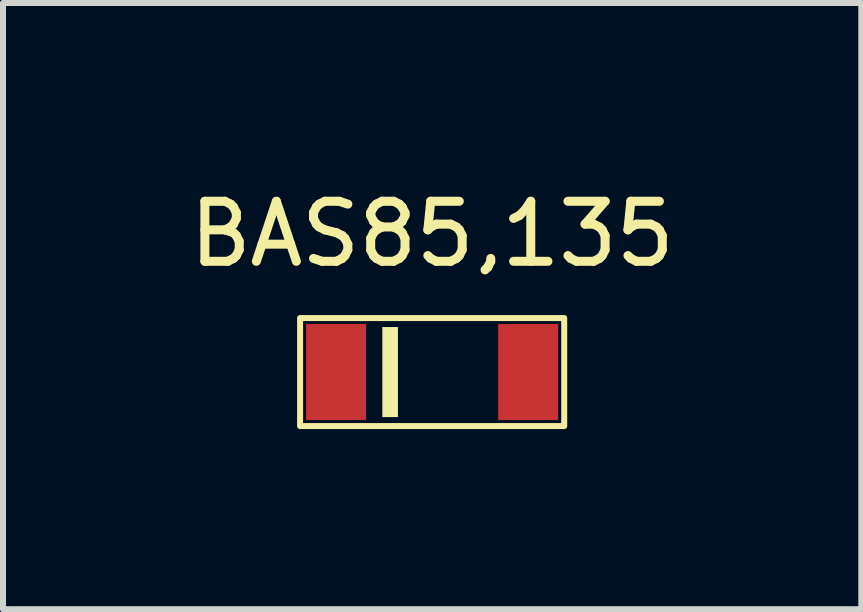
<source format=kicad_pcb>
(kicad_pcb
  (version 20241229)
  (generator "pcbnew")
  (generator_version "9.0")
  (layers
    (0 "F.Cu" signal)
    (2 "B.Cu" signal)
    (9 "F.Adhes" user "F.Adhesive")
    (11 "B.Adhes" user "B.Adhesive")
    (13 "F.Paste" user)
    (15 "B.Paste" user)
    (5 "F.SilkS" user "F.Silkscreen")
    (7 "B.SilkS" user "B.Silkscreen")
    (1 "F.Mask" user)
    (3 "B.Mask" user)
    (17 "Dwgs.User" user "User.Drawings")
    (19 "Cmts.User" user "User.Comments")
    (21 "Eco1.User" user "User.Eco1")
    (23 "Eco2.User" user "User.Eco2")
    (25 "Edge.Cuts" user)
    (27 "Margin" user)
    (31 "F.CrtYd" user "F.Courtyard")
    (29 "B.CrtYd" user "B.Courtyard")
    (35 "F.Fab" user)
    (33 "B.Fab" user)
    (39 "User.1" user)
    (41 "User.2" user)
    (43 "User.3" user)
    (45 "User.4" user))
  (footprint "BAS85,135"
    (layer "F.Cu")
    (at 4.149 3.148)
    (property "Reference" "BAS85,135" (at 0 -2.3 0) (unlocked yes) (layer "F.SilkS") (effects (font (size 1 1) (thickness 0.15))))
    (attr smd)
    (fp_rect (start -2.2 -0.9) (end 2.2 0.9) (stroke (width 0.1) (type solid)) (fill no) (layer "F.SilkS"))
    (fp_rect (start -0.83 -0.75) (end -0.57 0.75) (stroke (width 0) (type solid)) (fill yes) (layer "F.SilkS"))
    (pad "1" smd rect (at -1.6 0) (size 1 1.6) (layers "F.Cu" "F.Mask" "F.Paste"))
    (pad "2" smd rect (at 1.6 0) (size 1 1.6) (layers "F.Cu" "F.Mask" "F.Paste")))
  (gr_rect
    (start -3 -3)
    (end 11.298 7.098)
    (stroke (width 0.1) (type default))
    (fill no)
    (layer "Edge.Cuts")))
</source>
